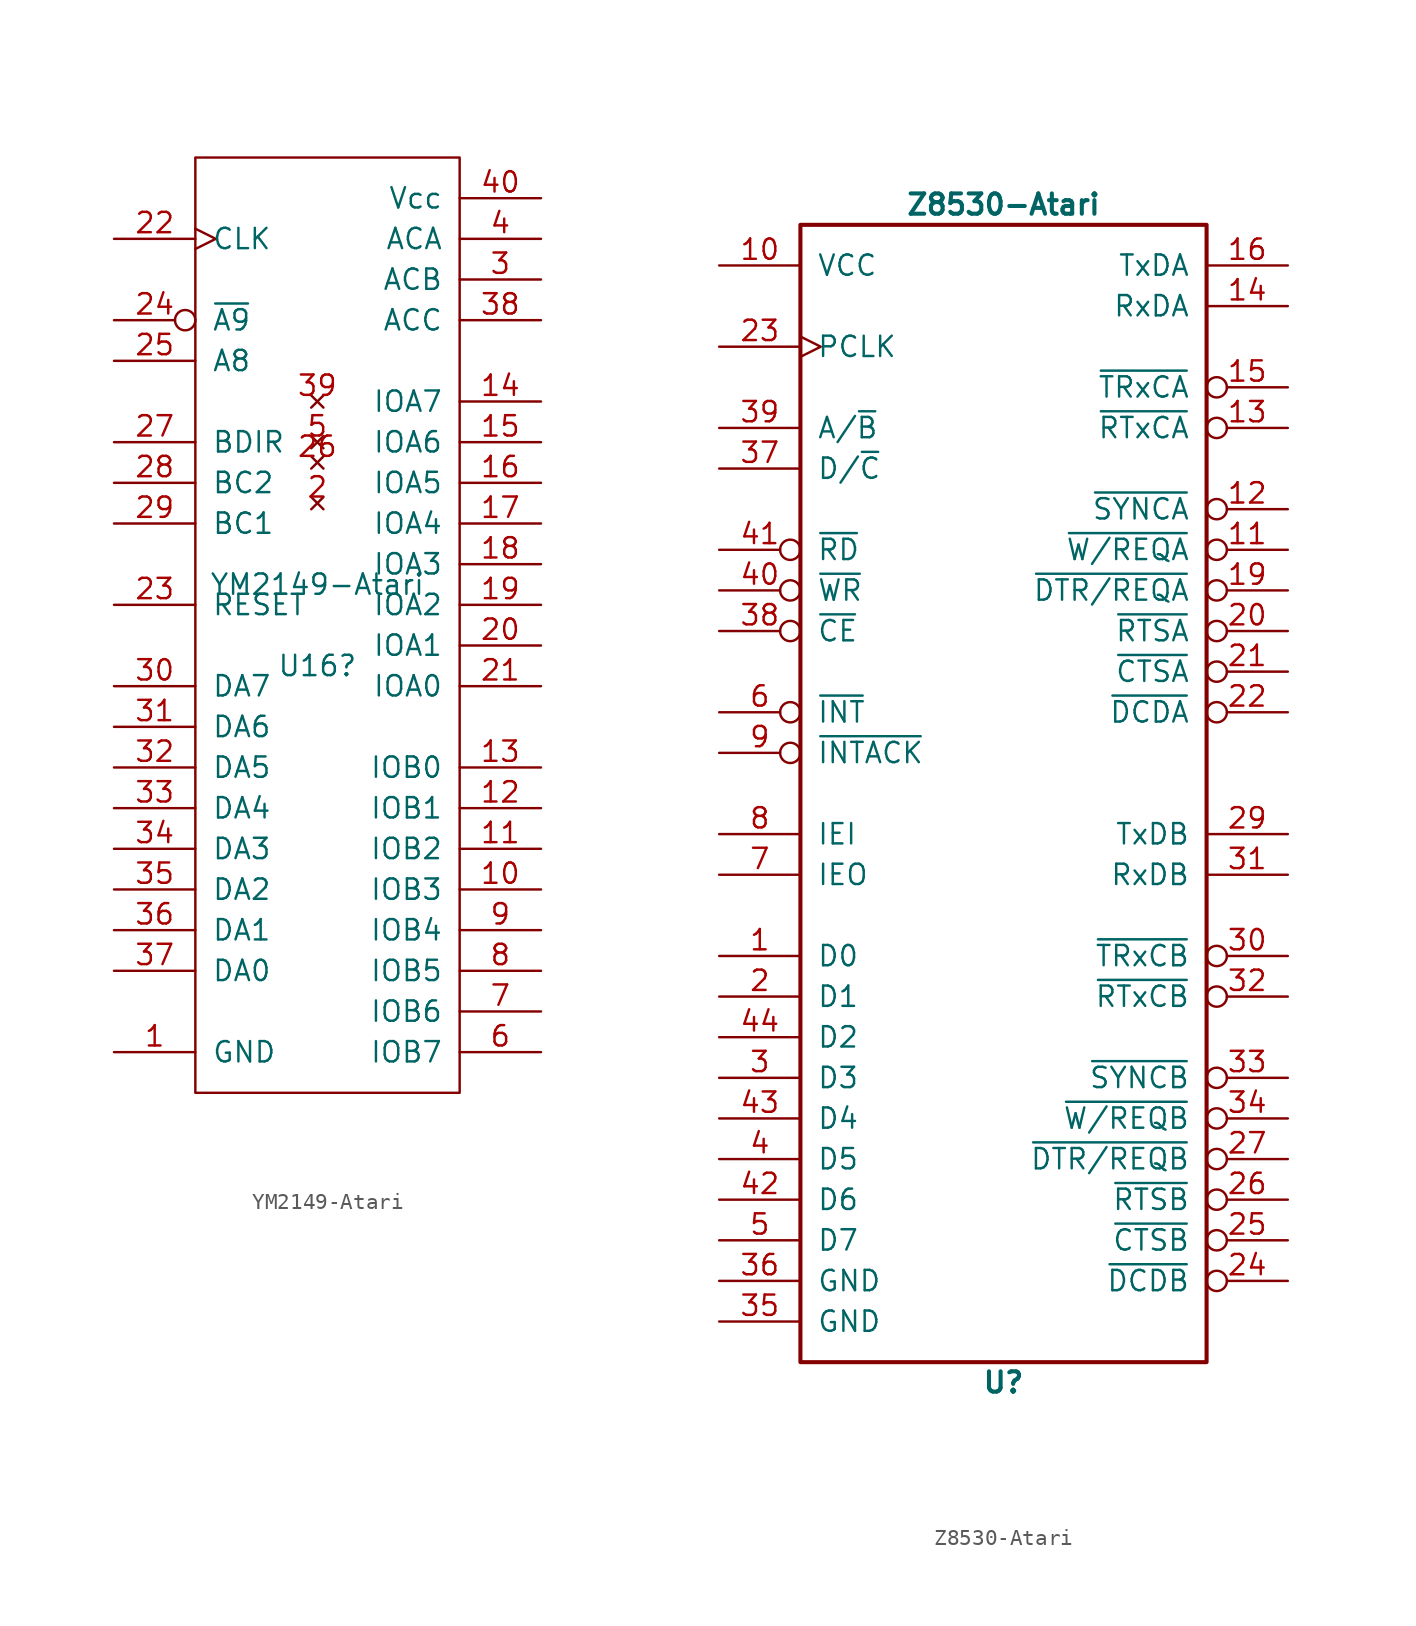
<source format=kicad_sym>
(kicad_symbol_lib
  (version 20231120)
  (generator "kicad_symbol_editor")
  (generator_version "8.0")
  (symbol "YM2149-Atari"
    (pin_names
      (offset 1.016))
    (property "Reference" "U16"
      (at 0 -2.54 0)
      (effects (font (size 1.27 1.27))))
    (property "Value" "YM2149-Atari"
      (at 0 2.54 0)
      (effects (font (size 1.27 1.27))))
    (property "Footprint" ""
      (at 0 0 0)
      (effects (font (size 1.524 1.524))))
    (property "Datasheet" ""
      (at 0 0 0)
      (effects (font (size 1.524 1.524))))
    (symbol "YM2149-Atari_1_0"
      (rectangle (start -7.62 -29.21) (end 8.89 29.21) (stroke (width 0) (type solid)) (fill (type none))))
    (symbol "YM2149-Atari_1_1"
      (pin power_in line (at -12.7 -26.67 0) (length 5.08) (name "GND" (effects (font (size 1.27 1.27)))) (number "1" (effects (font (size 1.27 1.27)))))
      (pin bidirectional line (at 13.97 -16.51 180) (length 5.08) (name "IOB3" (effects (font (size 1.27 1.27)))) (number "10" (effects (font (size 1.27 1.27)))))
      (pin bidirectional line (at 13.97 -13.97 180) (length 5.08) (name "IOB2" (effects (font (size 1.27 1.27)))) (number "11" (effects (font (size 1.27 1.27)))))
      (pin bidirectional line (at 13.97 -11.43 180) (length 5.08) (name "IOB1" (effects (font (size 1.27 1.27)))) (number "12" (effects (font (size 1.27 1.27)))))
      (pin bidirectional line (at 13.97 -8.89 180) (length 5.08) (name "IOB0" (effects (font (size 1.27 1.27)))) (number "13" (effects (font (size 1.27 1.27)))))
      (pin bidirectional line (at 13.97 13.97 180) (length 5.08) (name "IOA7" (effects (font (size 1.27 1.27)))) (number "14" (effects (font (size 1.27 1.27)))))
      (pin bidirectional line (at 13.97 11.43 180) (length 5.08) (name "IOA6" (effects (font (size 1.27 1.27)))) (number "15" (effects (font (size 1.27 1.27)))))
      (pin bidirectional line (at 13.97 8.89 180) (length 5.08) (name "IOA5" (effects (font (size 1.27 1.27)))) (number "16" (effects (font (size 1.27 1.27)))))
      (pin bidirectional line (at 13.97 6.35 180) (length 5.08) (name "IOA4" (effects (font (size 1.27 1.27)))) (number "17" (effects (font (size 1.27 1.27)))))
      (pin bidirectional line (at 13.97 3.81 180) (length 5.08) (name "IOA3" (effects (font (size 1.27 1.27)))) (number "18" (effects (font (size 1.27 1.27)))))
      (pin bidirectional line (at 13.97 1.27 180) (length 5.08) (name "IOA2" (effects (font (size 1.27 1.27)))) (number "19" (effects (font (size 1.27 1.27)))))
      (pin no_connect line (at 0 7.62 0) (length 0) (name "NC" (effects (font (size 0 0)))) (number "2" (effects (font (size 1.27 1.27)))))
      (pin power_in line (at 13.97 -1.27 180) (length 5.08) (name "IOA1" (effects (font (size 1.27 1.27)))) (number "20" (effects (font (size 1.27 1.27)))))
      (pin bidirectional line (at 13.97 -3.81 180) (length 5.08) (name "IOA0" (effects (font (size 1.27 1.27)))) (number "21" (effects (font (size 1.27 1.27)))))
      (pin input clock (at -12.7 24.13 0) (length 5.08) (name "CLK" (effects (font (size 1.27 1.27)))) (number "22" (effects (font (size 1.27 1.27)))))
      (pin input line (at -12.7 1.27 0) (length 5.08) (name "RESET" (effects (font (size 1.27 1.27)))) (number "23" (effects (font (size 1.27 1.27)))))
      (pin input inverted (at -12.7 19.05 0) (length 5.08) (name "~{A9}" (effects (font (size 1.27 1.27)))) (number "24" (effects (font (size 1.27 1.27)))))
      (pin input line (at -12.7 16.51 0) (length 5.08) (name "A8" (effects (font (size 1.27 1.27)))) (number "25" (effects (font (size 1.27 1.27)))))
      (pin no_connect line (at 0 10.16 180) (length 0) (name "SEL" (effects (font (size 0 0)))) (number "26" (effects (font (size 1.27 1.27)))))
      (pin input line (at -12.7 11.43 0) (length 5.08) (name "BDIR" (effects (font (size 1.27 1.27)))) (number "27" (effects (font (size 1.27 1.27)))))
      (pin power_in line (at -12.7 8.89 0) (length 5.08) (name "BC2" (effects (font (size 1.27 1.27)))) (number "28" (effects (font (size 1.27 1.27)))))
      (pin input line (at -12.7 6.35 0) (length 5.08) (name "BC1" (effects (font (size 1.27 1.27)))) (number "29" (effects (font (size 1.27 1.27)))))
      (pin input line (at 13.97 21.59 180) (length 5.08) (name "ACB" (effects (font (size 1.27 1.27)))) (number "3" (effects (font (size 1.27 1.27)))))
      (pin bidirectional line (at -12.7 -3.81 0) (length 5.08) (name "DA7" (effects (font (size 1.27 1.27)))) (number "30" (effects (font (size 1.27 1.27)))))
      (pin bidirectional line (at -12.7 -6.35 0) (length 5.08) (name "DA6" (effects (font (size 1.27 1.27)))) (number "31" (effects (font (size 1.27 1.27)))))
      (pin bidirectional line (at -12.7 -8.89 0) (length 5.08) (name "DA5" (effects (font (size 1.27 1.27)))) (number "32" (effects (font (size 1.27 1.27)))))
      (pin bidirectional line (at -12.7 -11.43 0) (length 5.08) (name "DA4" (effects (font (size 1.27 1.27)))) (number "33" (effects (font (size 1.27 1.27)))))
      (pin bidirectional line (at -12.7 -13.97 0) (length 5.08) (name "DA3" (effects (font (size 1.27 1.27)))) (number "34" (effects (font (size 1.27 1.27)))))
      (pin bidirectional line (at -12.7 -16.51 0) (length 5.08) (name "DA2" (effects (font (size 1.27 1.27)))) (number "35" (effects (font (size 1.27 1.27)))))
      (pin bidirectional line (at -12.7 -19.05 0) (length 5.08) (name "DA1" (effects (font (size 1.27 1.27)))) (number "36" (effects (font (size 1.27 1.27)))))
      (pin bidirectional line (at -12.7 -21.59 0) (length 5.08) (name "DA0" (effects (font (size 1.27 1.27)))) (number "37" (effects (font (size 1.27 1.27)))))
      (pin input line (at 13.97 19.05 180) (length 5.08) (name "ACC" (effects (font (size 1.27 1.27)))) (number "38" (effects (font (size 1.27 1.27)))))
      (pin no_connect line (at 0 13.97 180) (length 0) (name "Test1" (effects (font (size 0 0)))) (number "39" (effects (font (size 1.27 1.27)))))
      (pin bidirectional line (at 13.97 24.13 180) (length 5.08) (name "ACA" (effects (font (size 1.27 1.27)))) (number "4" (effects (font (size 1.27 1.27)))))
      (pin power_in line (at 13.97 26.67 180) (length 5.08) (name "Vcc" (effects (font (size 1.27 1.27)))) (number "40" (effects (font (size 1.27 1.27)))))
      (pin no_connect line (at 0 11.43 0) (length 0) (name "NC" (effects (font (size 0 0)))) (number "5" (effects (font (size 1.27 1.27)))))
      (pin bidirectional line (at 13.97 -26.67 180) (length 5.08) (name "IOB7" (effects (font (size 1.27 1.27)))) (number "6" (effects (font (size 1.27 1.27)))))
      (pin bidirectional line (at 13.97 -24.13 180) (length 5.08) (name "IOB6" (effects (font (size 1.27 1.27)))) (number "7" (effects (font (size 1.27 1.27)))))
      (pin bidirectional line (at 13.97 -21.59 180) (length 5.08) (name "IOB5" (effects (font (size 1.27 1.27)))) (number "8" (effects (font (size 1.27 1.27)))))
      (pin bidirectional line (at 13.97 -19.05 180) (length 5.08) (name "IOB4" (effects (font (size 1.27 1.27)))) (number "9" (effects (font (size 1.27 1.27)))))))
  (symbol "Z8530-Atari"
    (pin_names
      (offset 1.016))
    (property "Reference" "U"
      (at 0 -36.83 0)
      (effects (font (size 1.27 1.27) (bold yes))))
    (property "Value" "Z8530-Atari"
      (at 0 36.83 0)
      (effects (font (size 1.27 1.27) (bold yes))))
    (symbol "Z8530-Atari_0_0"
      (pin no_connect line (at 0 -2.54 0) (length 0) hide (name "NC" (effects (font (size 0 0)))) (number "17" (effects (font (size 1.27 1.27)))))
      (pin no_connect line (at 0 2.54 0) (length 0) hide (name "NC" (effects (font (size 0 0)))) (number "18" (effects (font (size 1.27 1.27)))))
      (pin no_connect line (at 0 0 0) (length 0) hide (name "NC" (effects (font (size 0 0)))) (number "28" (effects (font (size 1.27 1.27)))))
      (pin power_in line (at -17.78 -30.48 0) (length 5.08) (name "GND" (effects (font (size 1.27 1.27)))) (number "36" (effects (font (size 1.27 1.27))))))
    (symbol "Z8530-Atari_0_1"
      (rectangle (start -12.7 -35.56) (end 12.7 35.56) (stroke (width 0.254) (type solid)) (fill (type none))))
    (symbol "Z8530-Atari_1_1"
      (pin bidirectional line (at -17.78 -10.16 0) (length 5.08) (name "D0" (effects (font (size 1.27 1.27)))) (number "1" (effects (font (size 1.27 1.27)))))
      (pin power_in line (at -17.78 33.02 0) (length 5.08) (name "VCC" (effects (font (size 1.27 1.27)))) (number "10" (effects (font (size 1.27 1.27)))))
      (pin output inverted (at 17.78 15.24 180) (length 5.08) (name "~{W/REQA}" (effects (font (size 1.27 1.27)))) (number "11" (effects (font (size 1.27 1.27)))))
      (pin bidirectional inverted (at 17.78 17.78 180) (length 5.08) (name "~{SYNCA}" (effects (font (size 1.27 1.27)))) (number "12" (effects (font (size 1.27 1.27)))))
      (pin input inverted (at 17.78 22.86 180) (length 5.08) (name "~{RTxCA}" (effects (font (size 1.27 1.27)))) (number "13" (effects (font (size 1.27 1.27)))))
      (pin input line (at 17.78 30.48 180) (length 5.08) (name "RxDA" (effects (font (size 1.27 1.27)))) (number "14" (effects (font (size 1.27 1.27)))))
      (pin bidirectional inverted (at 17.78 25.4 180) (length 5.08) (name "~{TRxCA}" (effects (font (size 1.27 1.27)))) (number "15" (effects (font (size 1.27 1.27)))))
      (pin output line (at 17.78 33.02 180) (length 5.08) (name "TxDA" (effects (font (size 1.27 1.27)))) (number "16" (effects (font (size 1.27 1.27)))))
      (pin output inverted (at 17.78 12.7 180) (length 5.08) (name "~{DTR/REQA}" (effects (font (size 1.27 1.27)))) (number "19" (effects (font (size 1.27 1.27)))))
      (pin bidirectional line (at -17.78 -12.7 0) (length 5.08) (name "D1" (effects (font (size 1.27 1.27)))) (number "2" (effects (font (size 1.27 1.27)))))
      (pin output inverted (at 17.78 10.16 180) (length 5.08) (name "~{RTSA}" (effects (font (size 1.27 1.27)))) (number "20" (effects (font (size 1.27 1.27)))))
      (pin input inverted (at 17.78 7.62 180) (length 5.08) (name "~{CTSA}" (effects (font (size 1.27 1.27)))) (number "21" (effects (font (size 1.27 1.27)))))
      (pin input inverted (at 17.78 5.08 180) (length 5.08) (name "~{DCDA}" (effects (font (size 1.27 1.27)))) (number "22" (effects (font (size 1.27 1.27)))))
      (pin input clock (at -17.78 27.94 0) (length 5.08) (name "PCLK" (effects (font (size 1.27 1.27)))) (number "23" (effects (font (size 1.27 1.27)))))
      (pin input inverted (at 17.78 -30.48 180) (length 5.08) (name "~{DCDB}" (effects (font (size 1.27 1.27)))) (number "24" (effects (font (size 1.27 1.27)))))
      (pin input inverted (at 17.78 -27.94 180) (length 5.08) (name "~{CTSB}" (effects (font (size 1.27 1.27)))) (number "25" (effects (font (size 1.27 1.27)))))
      (pin output inverted (at 17.78 -25.4 180) (length 5.08) (name "~{RTSB}" (effects (font (size 1.27 1.27)))) (number "26" (effects (font (size 1.27 1.27)))))
      (pin output inverted (at 17.78 -22.86 180) (length 5.08) (name "~{DTR/REQB}" (effects (font (size 1.27 1.27)))) (number "27" (effects (font (size 1.27 1.27)))))
      (pin output line (at 17.78 -2.54 180) (length 5.08) (name "TxDB" (effects (font (size 1.27 1.27)))) (number "29" (effects (font (size 1.27 1.27)))))
      (pin bidirectional line (at -17.78 -17.78 0) (length 5.08) (name "D3" (effects (font (size 1.27 1.27)))) (number "3" (effects (font (size 1.27 1.27)))))
      (pin bidirectional inverted (at 17.78 -10.16 180) (length 5.08) (name "~{TRxCB}" (effects (font (size 1.27 1.27)))) (number "30" (effects (font (size 1.27 1.27)))))
      (pin input line (at 17.78 -5.08 180) (length 5.08) (name "RxDB" (effects (font (size 1.27 1.27)))) (number "31" (effects (font (size 1.27 1.27)))))
      (pin input inverted (at 17.78 -12.7 180) (length 5.08) (name "~{RTxCB}" (effects (font (size 1.27 1.27)))) (number "32" (effects (font (size 1.27 1.27)))))
      (pin bidirectional inverted (at 17.78 -17.78 180) (length 5.08) (name "~{SYNCB}" (effects (font (size 1.27 1.27)))) (number "33" (effects (font (size 1.27 1.27)))))
      (pin output inverted (at 17.78 -20.32 180) (length 5.08) (name "~{W/REQB}" (effects (font (size 1.27 1.27)))) (number "34" (effects (font (size 1.27 1.27)))))
      (pin power_in line (at -17.78 -33.02 0) (length 5.08) (name "GND" (effects (font (size 1.27 1.27)))) (number "35" (effects (font (size 1.27 1.27)))))
      (pin input line (at -17.78 20.32 0) (length 5.08) (name "D/~{C}" (effects (font (size 1.27 1.27)))) (number "37" (effects (font (size 1.27 1.27)))))
      (pin input inverted (at -17.78 10.16 0) (length 5.08) (name "~{CE}" (effects (font (size 1.27 1.27)))) (number "38" (effects (font (size 1.27 1.27)))))
      (pin input line (at -17.78 22.86 0) (length 5.08) (name "A/~{B}" (effects (font (size 1.27 1.27)))) (number "39" (effects (font (size 1.27 1.27)))))
      (pin bidirectional line (at -17.78 -22.86 0) (length 5.08) (name "D5" (effects (font (size 1.27 1.27)))) (number "4" (effects (font (size 1.27 1.27)))))
      (pin input inverted (at -17.78 12.7 0) (length 5.08) (name "~{WR}" (effects (font (size 1.27 1.27)))) (number "40" (effects (font (size 1.27 1.27)))))
      (pin input inverted (at -17.78 15.24 0) (length 5.08) (name "~{RD}" (effects (font (size 1.27 1.27)))) (number "41" (effects (font (size 1.27 1.27)))))
      (pin bidirectional line (at -17.78 -25.4 0) (length 5.08) (name "D6" (effects (font (size 1.27 1.27)))) (number "42" (effects (font (size 1.27 1.27)))))
      (pin bidirectional line (at -17.78 -20.32 0) (length 5.08) (name "D4" (effects (font (size 1.27 1.27)))) (number "43" (effects (font (size 1.27 1.27)))))
      (pin bidirectional line (at -17.78 -15.24 0) (length 5.08) (name "D2" (effects (font (size 1.27 1.27)))) (number "44" (effects (font (size 1.27 1.27)))))
      (pin bidirectional line (at -17.78 -27.94 0) (length 5.08) (name "D7" (effects (font (size 1.27 1.27)))) (number "5" (effects (font (size 1.27 1.27)))))
      (pin output inverted (at -17.78 5.08 0) (length 5.08) (name "~{INT}" (effects (font (size 1.27 1.27)))) (number "6" (effects (font (size 1.27 1.27)))))
      (pin output line (at -17.78 -5.08 0) (length 5.08) (name "IEO" (effects (font (size 1.27 1.27)))) (number "7" (effects (font (size 1.27 1.27)))))
      (pin input line (at -17.78 -2.54 0) (length 5.08) (name "IEI" (effects (font (size 1.27 1.27)))) (number "8" (effects (font (size 1.27 1.27)))))
      (pin input inverted (at -17.78 2.54 0) (length 5.08) (name "~{INTACK}" (effects (font (size 1.27 1.27)))) (number "9" (effects (font (size 1.27 1.27))))))))
</source>
